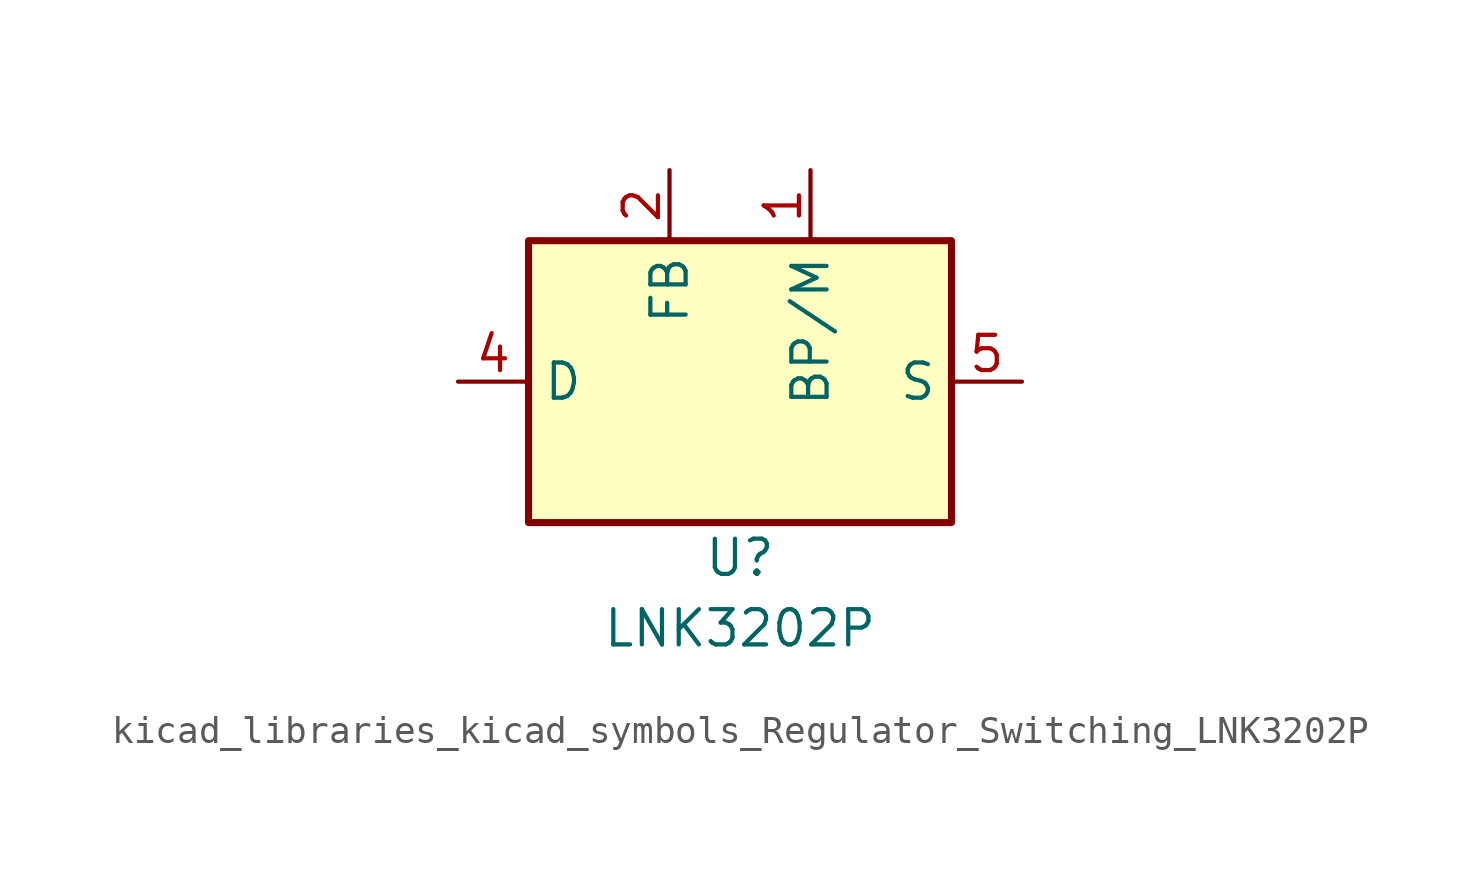
<source format=kicad_sym>
(kicad_symbol_lib
  (version 20220914)
  (generator kicad_symbol_editor)
  (symbol "kicad_libraries_kicad_symbols_Regulator_Switching_LNK3202P"
    (property "Reference" "U"
      (at 0 -6.35 0)
      (effects (font (size 1.27 1.27))))
    (property "Value" "LNK3202P"
      (at 0 -8.89 0)
      (effects (font (size 1.27 1.27))))
    (symbol "kicad_libraries_kicad_symbols_Regulator_Switching_LNK3202P_0_1"
      (rectangle (start -7.62 5.08) (end 7.62 -5.08) (stroke (width 0.254) (type default)) (fill (type background))))
    (symbol "kicad_libraries_kicad_symbols_Regulator_Switching_LNK3202P_1_1"
      (pin input line (at 2.54 7.62 270) (length 2.54) (name "BP/M" (effects (font (size 1.27 1.27)))) (number "1" (effects (font (size 1.27 1.27)))))
      (pin input line (at -2.54 7.62 270) (length 2.54) (name "FB" (effects (font (size 1.27 1.27)))) (number "2" (effects (font (size 1.27 1.27)))))
      (pin open_collector line (at -10.16 0 0) (length 2.54) (name "D" (effects (font (size 1.27 1.27)))) (number "4" (effects (font (size 1.27 1.27)))))
      (pin power_in line (at 10.16 0 180) (length 2.54) (name "S" (effects (font (size 1.27 1.27)))) (number "5" (effects (font (size 1.27 1.27)))))
      (pin passive line (at 10.16 0 180) (length 2.54) hide (name "S" (effects (font (size 1.27 1.27)))) (number "6" (effects (font (size 1.27 1.27)))))
      (pin passive line (at 10.16 0 180) (length 2.54) hide (name "S" (effects (font (size 1.27 1.27)))) (number "7" (effects (font (size 1.27 1.27)))))
      (pin passive line (at 10.16 0 180) (length 2.54) hide (name "S" (effects (font (size 1.27 1.27)))) (number "8" (effects (font (size 1.27 1.27))))))))
</source>
